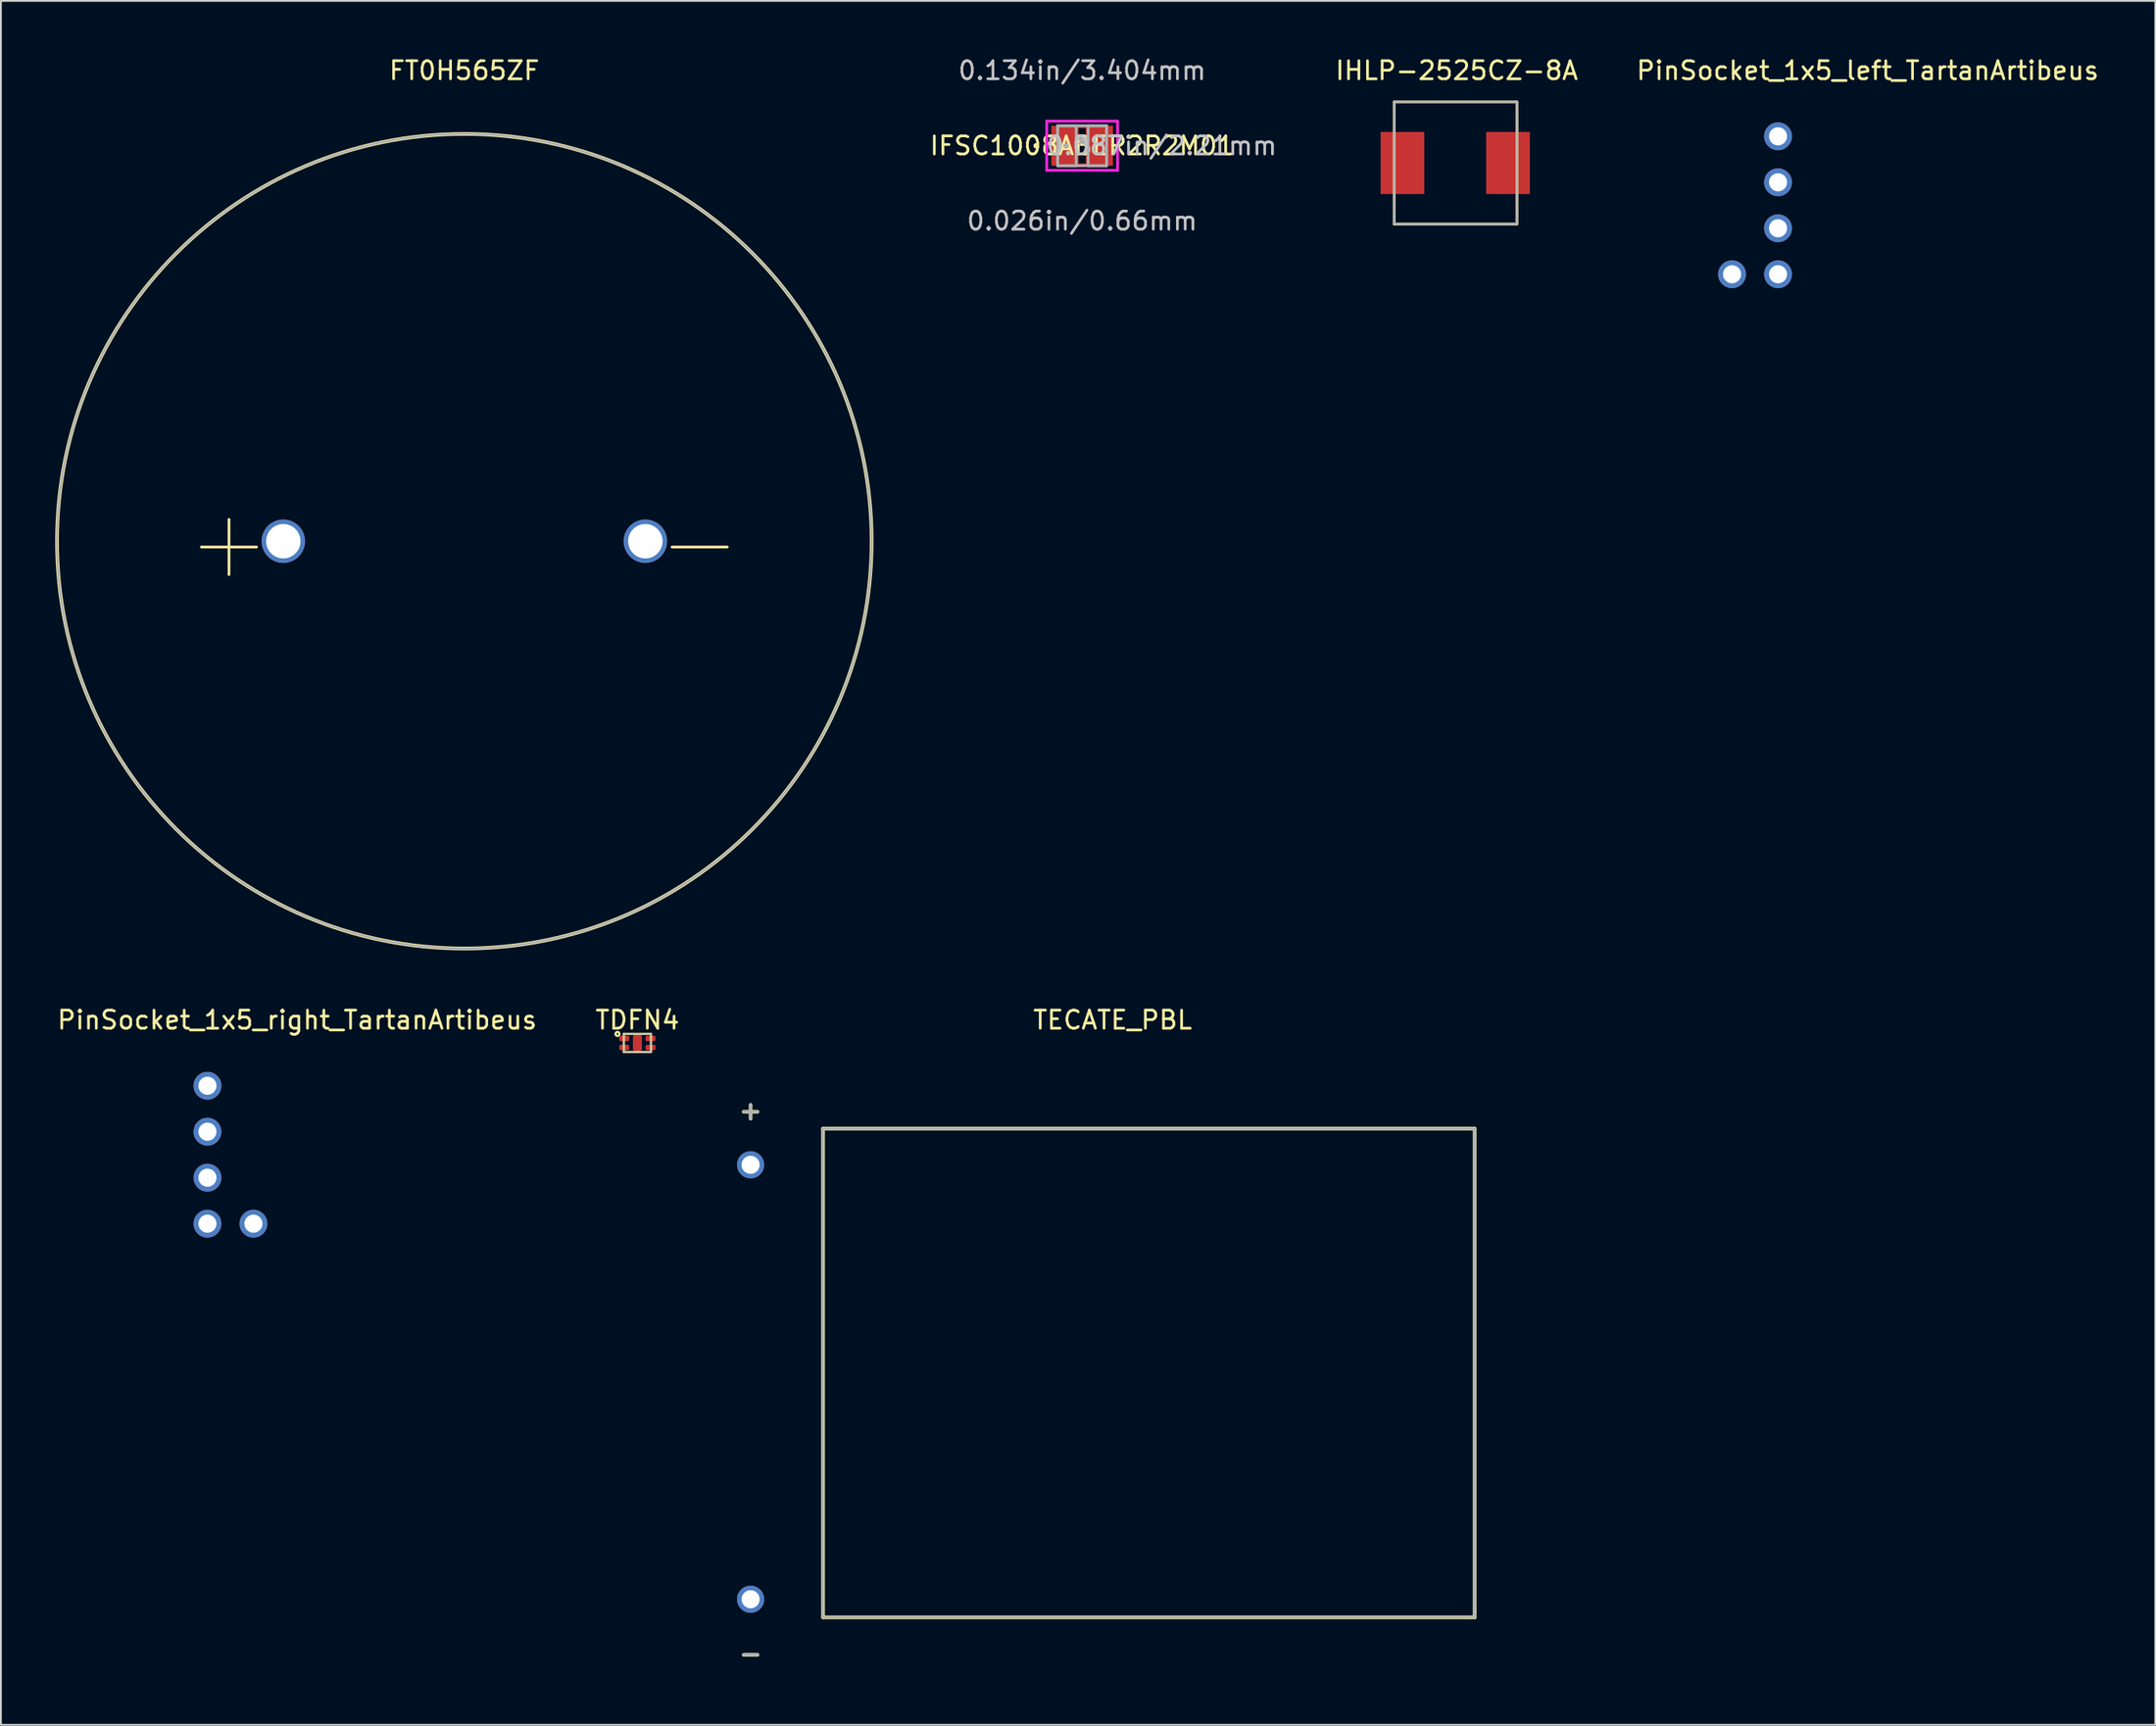
<source format=kicad_pcb>
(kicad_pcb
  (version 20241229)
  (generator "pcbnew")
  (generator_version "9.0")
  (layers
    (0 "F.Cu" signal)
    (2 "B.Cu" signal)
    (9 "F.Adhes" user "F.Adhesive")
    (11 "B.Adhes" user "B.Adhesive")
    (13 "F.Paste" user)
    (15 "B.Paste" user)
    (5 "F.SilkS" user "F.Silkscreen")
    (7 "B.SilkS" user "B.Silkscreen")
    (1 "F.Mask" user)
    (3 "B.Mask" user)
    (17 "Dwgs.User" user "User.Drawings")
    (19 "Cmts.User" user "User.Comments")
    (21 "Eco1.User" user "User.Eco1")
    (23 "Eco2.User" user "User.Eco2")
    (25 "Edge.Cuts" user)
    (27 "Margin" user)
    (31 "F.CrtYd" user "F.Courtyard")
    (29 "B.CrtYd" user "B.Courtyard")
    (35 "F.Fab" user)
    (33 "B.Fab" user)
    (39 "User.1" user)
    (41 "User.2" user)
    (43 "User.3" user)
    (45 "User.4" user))
  (footprint "PinSocket_1x5_left_TartanArtibeus"
    (layer "F.Cu")
    (at 95.171 6.944)
    (property "Reference" "PinSocket_1x5_left_TartanArtibeus" (at 4.953 -6.096 0) (layer "F.SilkS") (effects (font (size 1 1) (thickness 0.15))))
    (attr through_hole)
    (pad "1" thru_hole circle (at -2.54 5.156) (size 1.54 1.54) (drill 1) (layers "*.Cu" "*.Mask"))
    (pad "2" thru_hole circle (at 0 5.156) (size 1.54 1.54) (drill 1) (layers "*.Cu" "*.Mask"))
    (pad "3" thru_hole circle (at 0 2.616) (size 1.54 1.54) (drill 1) (layers "*.Cu" "*.Mask"))
    (pad "4" thru_hole circle (at 0 0.076) (size 1.54 1.54) (drill 1) (layers "*.Cu" "*.Mask"))
    (pad "5" thru_hole circle (at 0 -2.464) (size 1.54 1.54) (drill 1) (layers "*.Cu" "*.Mask")))
  (footprint "IFSC1008ABER2R2M01"
    (layer "F.Cu")
    (at 56.73 5.001)
    (property "Reference" "IFSC1008ABER2R2M01" (at 0 0 0) (layer "F.SilkS") (effects (font (size 1 1) (thickness 0.15))))
    (attr through_hole)
    (fp_line (start -0.279 -1.054) (end 0.279 -1.054) (stroke (width 0.152) (type solid)) (layer "F.Cu"))
    (fp_line (start -0.279 1.054) (end -0.279 -1.054) (stroke (width 0.152) (type solid)) (layer "F.Cu"))
    (fp_line (start 0.279 -1.054) (end 0.279 1.054) (stroke (width 0.152) (type solid)) (layer "F.Cu"))
    (fp_line (start 0.279 1.054) (end -0.279 1.054) (stroke (width 0.152) (type solid)) (layer "F.Cu"))
    (fp_circle (center -2.54 0) (end -2.464 0) (stroke (width 0.152) (type solid)) (fill no) (layer "F.SilkS"))
    (fp_line (start -1.956 -1.359) (end 1.956 -1.359) (stroke (width 0.152) (type solid)) (layer "F.CrtYd"))
    (fp_line (start -1.956 1.359) (end -1.956 -1.359) (stroke (width 0.152) (type solid)) (layer "F.CrtYd"))
    (fp_line (start 1.956 -1.359) (end 1.956 1.359) (stroke (width 0.152) (type solid)) (layer "F.CrtYd"))
    (fp_line (start 1.956 1.359) (end -1.956 1.359) (stroke (width 0.152) (type solid)) (layer "F.CrtYd"))
    (fp_line (start -1.346 -1.105) (end -1.346 1.105) (stroke (width 0.152) (type solid)) (layer "F.Fab"))
    (fp_line (start -1.346 -1.105) (end -1.346 1.105) (stroke (width 0.152) (type solid)) (layer "F.Fab"))
    (fp_line (start -1.346 1.105) (end -0.33 1.105) (stroke (width 0.152) (type solid)) (layer "F.Fab"))
    (fp_line (start -1.346 1.105) (end 1.346 1.105) (stroke (width 0.152) (type solid)) (layer "F.Fab"))
    (fp_line (start -0.33 -1.105) (end -1.346 -1.105) (stroke (width 0.152) (type solid)) (layer "F.Fab"))
    (fp_line (start -0.33 1.105) (end -0.33 -1.105) (stroke (width 0.152) (type solid)) (layer "F.Fab"))
    (fp_line (start 0.33 -1.105) (end 0.33 1.105) (stroke (width 0.152) (type solid)) (layer "F.Fab"))
    (fp_line (start 0.33 1.105) (end 1.346 1.105) (stroke (width 0.152) (type solid)) (layer "F.Fab"))
    (fp_line (start 1.346 -1.105) (end -1.346 -1.105) (stroke (width 0.152) (type solid)) (layer "F.Fab"))
    (fp_line (start 1.346 -1.105) (end 0.33 -1.105) (stroke (width 0.152) (type solid)) (layer "F.Fab"))
    (fp_line (start 1.346 1.105) (end 1.346 -1.105) (stroke (width 0.152) (type solid)) (layer "F.Fab"))
    (fp_line (start 1.346 1.105) (end 1.346 -1.105) (stroke (width 0.152) (type solid)) (layer "F.Fab"))
    (fp_circle (center -0.889 0) (end -0.813 0) (stroke (width 0.152) (type solid)) (fill no) (layer "F.Fab"))
    (fp_text user "*" (at 0 0 0) (layer "F.SilkS") (effects (font (size 1 1) (thickness 0.15))))
    (fp_text user "0.026in/0.66mm" (at 0 4.153 0) (layer "Dwgs.User") (effects (font (size 1 1) (thickness 0.15))))
    (fp_text user "0.134in/3.404mm" (at 0 -4.153 0) (layer "Dwgs.User") (effects (font (size 1 1) (thickness 0.15))))
    (fp_text user "0.087in/2.21mm" (at 4.394 0 0) (layer "Dwgs.User") (effects (font (size 1 1) (thickness 0.15))))
    (fp_text user "Copyright 2016 Accelerated Designs. All rights reserved." (at 0 0 0) (layer "Cmts.User") (effects (font (size 0.127 0.127) (thickness 0.002))))
    (fp_text user "*" (at 0 0 0) (layer "F.Fab") (effects (font (size 1 1) (thickness 0.15))))
    (pad "1" smd rect (at -1.016 0) (size 1.372 2.21) (layers "F.Cu" "F.Mask" "F.Paste"))
    (pad "2" smd rect (at 1.016 0) (size 1.372 2.21) (layers "F.Cu" "F.Mask" "F.Paste")))
  (footprint "TECATE_PBL"
    (layer "F.Cu")
    (at 58.414 73.296)
    (property "Reference" "TECATE_PBL" (at 0 -20 0) (layer "F.SilkS") (effects (font (size 1 1) (thickness 0.15))))
    (attr through_hole)
    (fp_line (start -16 -14) (end -16 13) (stroke (width 0.2) (type solid)) (layer "F.SilkS"))
    (fp_line (start 20 -14) (end -16 -14) (stroke (width 0.2) (type solid)) (layer "F.SilkS"))
    (fp_line (start 20 -14) (end 20 13) (stroke (width 0.2) (type solid)) (layer "F.SilkS"))
    (fp_line (start 20 13) (end -16 13) (stroke (width 0.2) (type solid)) (layer "F.SilkS"))
    (fp_line (start -16 -14) (end -16 13) (stroke (width 0.12) (type solid)) (layer "F.Fab"))
    (fp_line (start 20 -14) (end -16 -14) (stroke (width 0.12) (type solid)) (layer "F.Fab"))
    (fp_line (start 20 -14) (end 20 13) (stroke (width 0.12) (type solid)) (layer "F.Fab"))
    (fp_line (start 20 13) (end -16 13) (stroke (width 0.12) (type solid)) (layer "F.Fab"))
    (fp_text user "+" (at -20 -15 0) (layer "F.SilkS") (effects (font (size 1 1) (thickness 0.2))))
    (fp_text user "-" (at -20 15 0) (layer "F.SilkS") (effects (font (size 1 1) (thickness 0.2))))
    (fp_text user "+" (at -20 -15 0) (layer "F.Fab") (effects (font (size 1 1) (thickness 0.15))))
    (fp_text user "-" (at -20 15 0) (layer "F.Fab") (effects (font (size 1 1) (thickness 0.15))))
    (pad "1" thru_hole circle (at -20 -12) (size 1.5 1.5) (drill 1) (layers "*.Cu" "*.Mask"))
    (pad "2" thru_hole circle (at -20 12) (size 1.5 1.5) (drill 1) (layers "*.Cu" "*.Mask")))
  (footprint "IHLP-2525CZ-8A"
    (layer "F.Cu")
    (at 77.345 5.954)
    (property "Reference" "IHLP-2525CZ-8A" (at 0.076 -5.105 0) (layer "F.SilkS") (effects (font (size 1 1) (thickness 0.15))))
    (attr through_hole)
    (fp_line (start -3.375 -3.375) (end 3.375 -3.375) (stroke (width 0.15) (type solid)) (layer "F.SilkS"))
    (fp_line (start -3.375 3.375) (end -3.375 -3.375) (stroke (width 0.15) (type solid)) (layer "F.SilkS"))
    (fp_line (start -3.375 3.375) (end 3.375 3.375) (stroke (width 0.15) (type solid)) (layer "F.SilkS"))
    (fp_line (start 3.407 3.375) (end 3.407 -3.375) (stroke (width 0.15) (type solid)) (layer "F.SilkS"))
    (fp_line (start -3.375 -3.375) (end 3.375 -3.375) (stroke (width 0.12) (type solid)) (layer "F.Fab"))
    (fp_line (start -3.375 3.375) (end -3.375 -3.375) (stroke (width 0.12) (type solid)) (layer "F.Fab"))
    (fp_line (start -3.375 3.375) (end 3.375 3.375) (stroke (width 0.12) (type solid)) (layer "F.Fab"))
    (fp_line (start 3.407 3.375) (end 3.407 -3.375) (stroke (width 0.12) (type solid)) (layer "F.Fab"))
    (pad "1" smd rect (at -2.92 0) (size 2.413 3.429) (layers "F.Cu" "F.Mask" "F.Paste"))
    (pad "2" smd rect (at 2.91 0) (size 2.413 3.429) (layers "F.Cu" "F.Mask" "F.Paste")))
  (footprint "PinSocket_1x5_right_TartanArtibeus"
    (layer "F.Cu")
    (at 8.41 59.392)
    (property "Reference" "PinSocket_1x5_right_TartanArtibeus" (at 4.953 -6.096 0) (layer "F.SilkS") (effects (font (size 1 1) (thickness 0.15))))
    (attr through_hole)
    (pad "1" thru_hole circle (at 2.54 5.156) (size 1.54 1.54) (drill 1) (layers "*.Cu" "*.Mask"))
    (pad "2" thru_hole circle (at 0 5.156) (size 1.54 1.54) (drill 1) (layers "*.Cu" "*.Mask"))
    (pad "3" thru_hole circle (at 0 2.616) (size 1.54 1.54) (drill 1) (layers "*.Cu" "*.Mask"))
    (pad "4" thru_hole circle (at 0 0.076) (size 1.54 1.54) (drill 1) (layers "*.Cu" "*.Mask"))
    (pad "5" thru_hole circle (at 0 -2.464) (size 1.54 1.54) (drill 1) (layers "*.Cu" "*.Mask")))
  (footprint "FT0H565ZF"
    (layer "F.Cu")
    (at 22.6 26.848)
    (property "Reference" "FT0H565ZF" (at 0 -26 0) (layer "F.SilkS") (effects (font (size 1 1) (thickness 0.15))))
    (attr through_hole)
    (fp_circle (center 0 0) (end 22.5 0) (stroke (width 0.2) (type solid)) (fill no) (layer "F.SilkS"))
    (fp_circle (center 0 0) (end 22.5 0) (stroke (width 0.12) (type solid)) (fill no) (layer "F.Fab"))
    (fp_text user "-" (at 13 0 0) (layer "F.SilkS") (effects (font (size 4 4) (thickness 0.15))))
    (fp_text user "+" (at -13 0 0) (layer "F.SilkS") (effects (font (size 4 4) (thickness 0.15))))
    (pad "1" thru_hole circle (at -10 0) (size 2.4 2.4) (drill 1.9) (layers "*.Cu" "*.Mask"))
    (pad "2" thru_hole circle (at 10 0) (size 2.4 2.4) (drill 1.9) (layers "*.Cu" "*.Mask")))
  (footprint "TDFN4"
    (layer "F.Cu")
    (at 32.161 54.566)
    (property "Reference" "TDFN4" (at 0 -1.27 0) (layer "F.SilkS") (effects (font (size 1 1) (thickness 0.15))))
    (attr through_hole)
    (fp_line (start -0.75 -0.5) (end -0.75 0.5) (stroke (width 0.12) (type solid)) (layer "F.SilkS"))
    (fp_line (start -0.75 0.5) (end 0.75 0.5) (stroke (width 0.12) (type solid)) (layer "F.SilkS"))
    (fp_line (start 0.75 -0.5) (end -0.75 -0.5) (stroke (width 0.12) (type solid)) (layer "F.SilkS"))
    (fp_line (start 0.75 0.5) (end 0.75 -0.5) (stroke (width 0.12) (type solid)) (layer "F.SilkS"))
    (fp_circle (center -1.1 -0.5) (end -1.1 -0.45) (stroke (width 0.12) (type solid)) (fill no) (layer "F.SilkS"))
    (fp_line (start -0.75 -0.5) (end -0.75 0.5) (stroke (width 0.05) (type solid)) (layer "F.Fab"))
    (fp_line (start 0.75 -0.5) (end -0.75 -0.5) (stroke (width 0.05) (type solid)) (layer "F.Fab"))
    (fp_line (start 0.75 -0.5) (end 0.75 0.5) (stroke (width 0.05) (type solid)) (layer "F.Fab"))
    (fp_line (start 0.75 0.5) (end -0.75 0.5) (stroke (width 0.05) (type solid)) (layer "F.Fab"))
    (pad "1" smd roundrect (at -0.725 -0.25) (size 0.55 0.3) (layers "F.Cu" "F.Mask" "F.Paste") (roundrect_rratio 0.25))
    (pad "2" smd roundrect (at -0.725 0.25) (size 0.55 0.3) (layers "F.Cu" "F.Mask" "F.Paste") (roundrect_rratio 0.25))
    (pad "3" smd roundrect (at 0.725 0.25) (size 0.55 0.3) (layers "F.Cu" "F.Mask" "F.Paste") (roundrect_rratio 0.25))
    (pad "4" smd roundrect (at 0.725 -0.25) (size 0.55 0.3) (layers "F.Cu" "F.Mask" "F.Paste") (roundrect_rratio 0.25))
    (pad "5" smd roundrect (at 0 0) (size 0.5 0.9) (layers "F.Cu" "F.Mask" "F.Paste") (roundrect_rratio 0.25)))
  (gr_rect
    (start -3 -3)
    (end 116.011 92.233)
    (stroke (width 0.1) (type default))
    (fill no)
    (layer "Edge.Cuts")))
</source>
